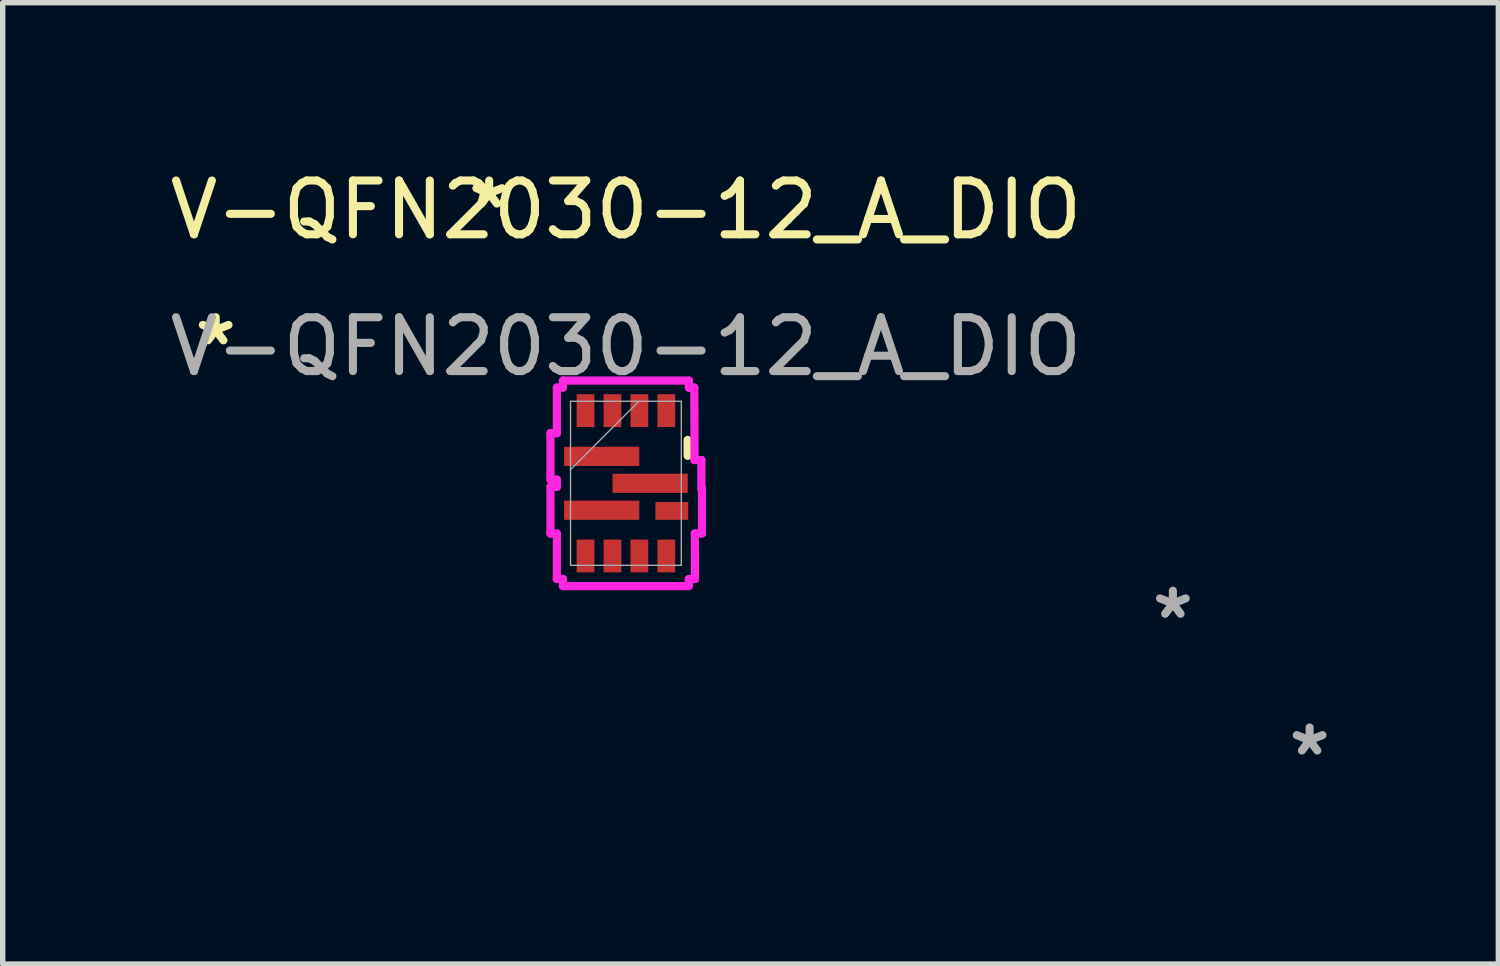
<source format=kicad_pcb>
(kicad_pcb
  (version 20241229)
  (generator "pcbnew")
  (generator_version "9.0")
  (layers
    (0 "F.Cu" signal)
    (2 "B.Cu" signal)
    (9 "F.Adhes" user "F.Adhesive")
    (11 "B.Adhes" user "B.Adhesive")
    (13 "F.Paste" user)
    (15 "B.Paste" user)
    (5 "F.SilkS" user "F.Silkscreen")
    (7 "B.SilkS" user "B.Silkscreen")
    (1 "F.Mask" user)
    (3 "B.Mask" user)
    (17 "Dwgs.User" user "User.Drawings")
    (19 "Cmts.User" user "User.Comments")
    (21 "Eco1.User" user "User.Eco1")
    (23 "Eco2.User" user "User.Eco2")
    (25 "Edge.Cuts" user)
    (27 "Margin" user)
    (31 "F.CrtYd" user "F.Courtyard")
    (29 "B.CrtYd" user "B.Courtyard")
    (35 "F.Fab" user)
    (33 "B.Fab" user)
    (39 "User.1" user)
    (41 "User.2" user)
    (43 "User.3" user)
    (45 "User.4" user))
  (footprint "V-QFN2030-12_A_DIO"
    (layer "F.Cu")
    (at 8.577 5.928)
    (property "Reference" "V-QFN2030-12_A_DIO" (at 0 -5.08 0) (unlocked yes) (layer "F.SilkS") (effects (font (size 1 1) (thickness 0.15))))
    (attr smd)
    (fp_line (start 1.147 -0.511) (end 1.146 -0.806) (stroke (width 0.152) (type solid)) (layer "F.SilkS"))
    (fp_line (start -1.402 -0.932) (end -1.402 -0.068) (stroke (width 0.152) (type solid)) (layer "F.CrtYd"))
    (fp_line (start -1.402 -0.068) (end -1.283 -0.068) (stroke (width 0.152) (type solid)) (layer "F.CrtYd"))
    (fp_line (start -1.402 0.068) (end -1.402 0.932) (stroke (width 0.152) (type solid)) (layer "F.CrtYd"))
    (fp_line (start -1.402 0.932) (end -1.283 0.932) (stroke (width 0.152) (type solid)) (layer "F.CrtYd"))
    (fp_line (start -1.283 -1.778) (end -1.283 -0.932) (stroke (width 0.152) (type solid)) (layer "F.CrtYd"))
    (fp_line (start -1.283 -0.932) (end -1.402 -0.932) (stroke (width 0.152) (type solid)) (layer "F.CrtYd"))
    (fp_line (start -1.283 -0.068) (end -1.283 0.068) (stroke (width 0.152) (type solid)) (layer "F.CrtYd"))
    (fp_line (start -1.283 0.068) (end -1.402 0.068) (stroke (width 0.152) (type solid)) (layer "F.CrtYd"))
    (fp_line (start -1.283 0.932) (end -1.283 1.778) (stroke (width 0.152) (type solid)) (layer "F.CrtYd"))
    (fp_line (start -1.283 1.778) (end -1.169 1.778) (stroke (width 0.152) (type solid)) (layer "F.CrtYd"))
    (fp_line (start -1.169 -1.909) (end -1.169 -1.778) (stroke (width 0.152) (type solid)) (layer "F.CrtYd"))
    (fp_line (start -1.169 -1.778) (end -1.283 -1.778) (stroke (width 0.152) (type solid)) (layer "F.CrtYd"))
    (fp_line (start -1.169 1.778) (end -1.169 1.909) (stroke (width 0.152) (type solid)) (layer "F.CrtYd"))
    (fp_line (start -1.169 1.909) (end 1.169 1.909) (stroke (width 0.152) (type solid)) (layer "F.CrtYd"))
    (fp_line (start 1.169 -1.909) (end -1.169 -1.909) (stroke (width 0.152) (type solid)) (layer "F.CrtYd"))
    (fp_line (start 1.169 -1.778) (end 1.169 -1.909) (stroke (width 0.152) (type solid)) (layer "F.CrtYd"))
    (fp_line (start 1.169 1.778) (end 1.283 1.778) (stroke (width 0.152) (type solid)) (layer "F.CrtYd"))
    (fp_line (start 1.169 1.909) (end 1.169 1.778) (stroke (width 0.152) (type solid)) (layer "F.CrtYd"))
    (fp_line (start 1.27 -1.778) (end 1.169 -1.778) (stroke (width 0.152) (type solid)) (layer "F.CrtYd"))
    (fp_line (start 1.275 -0.432) (end 1.27 -1.778) (stroke (width 0.152) (type solid)) (layer "F.CrtYd"))
    (fp_line (start 1.28 0.932) (end 1.412 0.932) (stroke (width 0.152) (type solid)) (layer "F.CrtYd"))
    (fp_line (start 1.283 1.778) (end 1.28 0.932) (stroke (width 0.152) (type solid)) (layer "F.CrtYd"))
    (fp_line (start 1.402 -0.432) (end 1.275 -0.432) (stroke (width 0.152) (type solid)) (layer "F.CrtYd"))
    (fp_line (start 1.402 0.094) (end 1.402 -0.432) (stroke (width 0.152) (type solid)) (layer "F.CrtYd"))
    (fp_line (start 1.412 0.094) (end 1.402 0.094) (stroke (width 0.152) (type solid)) (layer "F.CrtYd"))
    (fp_line (start 1.412 0.932) (end 1.412 0.094) (stroke (width 0.152) (type solid)) (layer "F.CrtYd"))
    (fp_line (start -1.029 -1.524) (end -1.029 1.524) (stroke (width 0.025) (type solid)) (layer "F.Fab"))
    (fp_line (start -1.029 -0.254) (end 0.241 -1.524) (stroke (width 0.025) (type solid)) (layer "F.Fab"))
    (fp_line (start -1.029 1.524) (end 1.029 1.524) (stroke (width 0.025) (type solid)) (layer "F.Fab"))
    (fp_line (start 1.029 -1.524) (end -1.029 -1.524) (stroke (width 0.025) (type solid)) (layer "F.Fab"))
    (fp_line (start 1.029 1.524) (end 1.029 -1.524) (stroke (width 0.025) (type solid)) (layer "F.Fab"))
    (fp_text user "*" (at -2.54 -5.08 0) (unlocked yes) (layer "F.SilkS") (effects (font (size 1 1) (thickness 0.15))))
    (fp_text user "*" (at -7.62 -2.54 0) (layer "F.SilkS") (effects (font (size 1 1) (thickness 0.15))))
    (fp_text user "*" (at 12.7 5.08 0) (layer "F.Fab") (effects (font (size 1 1) (thickness 0.15))))
    (fp_text user "${REFERENCE}" (at 0 -2.54 0) (unlocked yes) (layer "F.Fab") (effects (font (size 1 1) (thickness 0.15))))
    (fp_text user "*" (at 10.16 2.54 0) (unlocked yes) (layer "F.Fab") (effects (font (size 1 1) (thickness 0.15))))
    (pad "1" smd rect (at -0.45 -0.5) (size 1.397 0.356) (layers "F.Cu" "F.Mask" "F.Paste"))
    (pad "2" smd rect (at -0.45 0.5) (size 1.397 0.356) (layers "F.Cu" "F.Mask" "F.Paste"))
    (pad "3" smd rect (at -0.75 1.35 90) (size 0.61 0.33) (layers "F.Cu" "F.Mask" "F.Paste"))
    (pad "4" smd rect (at -0.25 1.35 90) (size 0.61 0.33) (layers "F.Cu" "F.Mask" "F.Paste"))
    (pad "5" smd rect (at 0.25 1.35 90) (size 0.61 0.33) (layers "F.Cu" "F.Mask" "F.Paste"))
    (pad "6" smd rect (at 0.75 1.35 90) (size 0.61 0.33) (layers "F.Cu" "F.Mask" "F.Paste"))
    (pad "7" smd rect (at 0.853 0.513) (size 0.61 0.33) (layers "F.Cu" "F.Mask" "F.Paste"))
    (pad "8" smd rect (at 0.45 0) (size 1.397 0.356) (layers "F.Cu" "F.Mask" "F.Paste"))
    (pad "9" smd rect (at 0.75 -1.35 90) (size 0.61 0.33) (layers "F.Cu" "F.Mask" "F.Paste"))
    (pad "10" smd rect (at 0.25 -1.35 90) (size 0.61 0.33) (layers "F.Cu" "F.Mask" "F.Paste"))
    (pad "11" smd rect (at -0.25 -1.35 90) (size 0.61 0.33) (layers "F.Cu" "F.Mask" "F.Paste"))
    (pad "12" smd rect (at -0.75 -1.35 90) (size 0.61 0.33) (layers "F.Cu" "F.Mask" "F.Paste")))
  (gr_rect
    (start -3 -3)
    (end 24.783 14.857)
    (stroke (width 0.1) (type default))
    (fill no)
    (layer "Edge.Cuts")))
</source>
